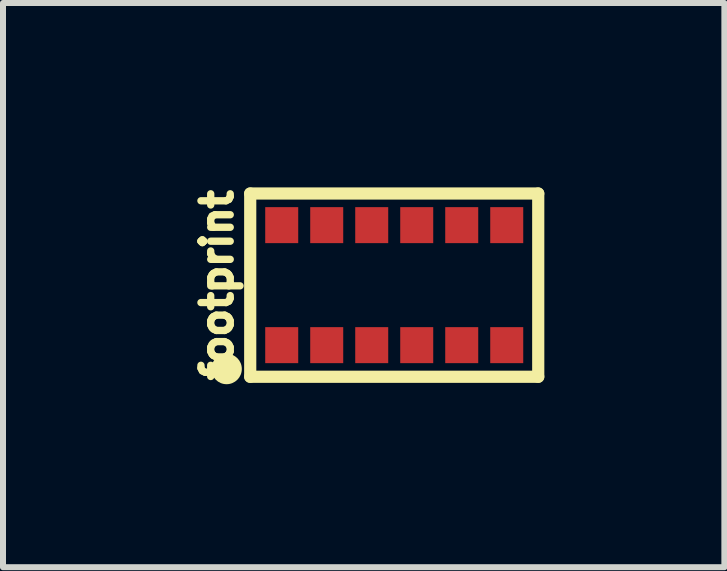
<source format=kicad_pcb>
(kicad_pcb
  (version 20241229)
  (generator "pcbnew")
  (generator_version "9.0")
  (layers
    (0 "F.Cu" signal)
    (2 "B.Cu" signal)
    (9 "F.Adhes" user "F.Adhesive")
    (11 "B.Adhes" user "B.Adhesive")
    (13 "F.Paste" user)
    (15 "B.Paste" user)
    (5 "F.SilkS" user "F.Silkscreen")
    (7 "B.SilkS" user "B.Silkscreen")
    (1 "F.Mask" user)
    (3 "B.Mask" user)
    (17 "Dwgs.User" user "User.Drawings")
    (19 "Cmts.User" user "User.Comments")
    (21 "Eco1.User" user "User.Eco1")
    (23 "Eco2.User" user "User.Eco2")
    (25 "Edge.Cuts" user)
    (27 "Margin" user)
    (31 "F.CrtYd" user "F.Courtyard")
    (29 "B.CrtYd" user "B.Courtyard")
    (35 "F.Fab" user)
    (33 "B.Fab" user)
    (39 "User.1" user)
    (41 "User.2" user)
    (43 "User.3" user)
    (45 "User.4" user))
  (footprint "footprint"
    (layer "F.Cu")
    (at 3.52 1.702)
    (property "Reference" "footprint" (at -2.667 0 90) (layer "F.SilkS") (effects (font (size 0.488 0.488) (thickness 0.122)) (justify bottom)))
    (fp_line (start -2.4 -1.527) (end 2.4 -1.527) (stroke (width 0.203) (type solid)) (layer "F.SilkS"))
    (fp_line (start -2.4 1.527) (end -2.4 -1.527) (stroke (width 0.203) (type solid)) (layer "F.SilkS"))
    (fp_line (start 2.4 -1.527) (end 2.4 1.527) (stroke (width 0.203) (type solid)) (layer "F.SilkS"))
    (fp_line (start 2.4 1.527) (end -2.4 1.527) (stroke (width 0.203) (type solid)) (layer "F.SilkS"))
    (fp_circle (center -2.794 1.397) (end -2.667 1.397) (stroke (width 0.254) (type solid)) (fill yes) (layer "F.SilkS"))
    (fp_poly (pts (xy -1.767 -1.162) (xy -1.688 -1.083) (xy -1.659 -0.975) (xy -1.688 -0.867) (xy -1.767 -0.788) (xy -1.875 -0.759) (xy -1.983 -0.788) (xy -2.062 -0.867) (xy -2.091 -0.975) (xy -2.062 -1.083) (xy -1.983 -1.162) (xy -1.875 -1.191)) (stroke (width 0) (type solid)) (fill yes) (layer "F.Paste"))
    (fp_poly (pts (xy -1.767 0.788) (xy -1.688 0.867) (xy -1.659 0.975) (xy -1.688 1.083) (xy -1.767 1.162) (xy -1.875 1.191) (xy -1.983 1.162) (xy -2.062 1.083) (xy -2.091 0.975) (xy -2.062 0.867) (xy -1.983 0.788) (xy -1.875 0.759)) (stroke (width 0) (type solid)) (fill yes) (layer "F.Paste"))
    (fp_poly (pts (xy -1.017 -1.162) (xy -0.938 -1.083) (xy -0.909 -0.975) (xy -0.938 -0.867) (xy -1.017 -0.788) (xy -1.125 -0.759) (xy -1.233 -0.788) (xy -1.312 -0.867) (xy -1.341 -0.975) (xy -1.312 -1.083) (xy -1.233 -1.162) (xy -1.125 -1.191)) (stroke (width 0) (type solid)) (fill yes) (layer "F.Paste"))
    (fp_poly (pts (xy -1.017 0.788) (xy -0.938 0.867) (xy -0.909 0.975) (xy -0.938 1.083) (xy -1.017 1.162) (xy -1.125 1.191) (xy -1.233 1.162) (xy -1.312 1.083) (xy -1.341 0.975) (xy -1.312 0.867) (xy -1.233 0.788) (xy -1.125 0.759)) (stroke (width 0) (type solid)) (fill yes) (layer "F.Paste"))
    (fp_poly (pts (xy -0.267 -1.162) (xy -0.188 -1.083) (xy -0.159 -0.975) (xy -0.188 -0.867) (xy -0.267 -0.788) (xy -0.375 -0.759) (xy -0.483 -0.788) (xy -0.562 -0.867) (xy -0.591 -0.975) (xy -0.562 -1.083) (xy -0.483 -1.162) (xy -0.375 -1.191)) (stroke (width 0) (type solid)) (fill yes) (layer "F.Paste"))
    (fp_poly (pts (xy -0.267 0.788) (xy -0.188 0.867) (xy -0.159 0.975) (xy -0.188 1.083) (xy -0.267 1.162) (xy -0.375 1.191) (xy -0.483 1.162) (xy -0.562 1.083) (xy -0.591 0.975) (xy -0.562 0.867) (xy -0.483 0.788) (xy -0.375 0.759)) (stroke (width 0) (type solid)) (fill yes) (layer "F.Paste"))
    (fp_poly (pts (xy 0.483 -1.162) (xy 0.562 -1.083) (xy 0.591 -0.975) (xy 0.562 -0.867) (xy 0.483 -0.788) (xy 0.375 -0.759) (xy 0.267 -0.788) (xy 0.188 -0.867) (xy 0.159 -0.975) (xy 0.188 -1.083) (xy 0.267 -1.162) (xy 0.375 -1.191)) (stroke (width 0) (type solid)) (fill yes) (layer "F.Paste"))
    (fp_poly (pts (xy 0.483 0.788) (xy 0.562 0.867) (xy 0.591 0.975) (xy 0.562 1.083) (xy 0.483 1.162) (xy 0.375 1.191) (xy 0.267 1.162) (xy 0.188 1.083) (xy 0.159 0.975) (xy 0.188 0.867) (xy 0.267 0.788) (xy 0.375 0.759)) (stroke (width 0) (type solid)) (fill yes) (layer "F.Paste"))
    (fp_poly (pts (xy 1.233 -1.162) (xy 1.312 -1.083) (xy 1.341 -0.975) (xy 1.312 -0.867) (xy 1.233 -0.788) (xy 1.125 -0.759) (xy 1.017 -0.788) (xy 0.938 -0.867) (xy 0.909 -0.975) (xy 0.938 -1.083) (xy 1.017 -1.162) (xy 1.125 -1.191)) (stroke (width 0) (type solid)) (fill yes) (layer "F.Paste"))
    (fp_poly (pts (xy 1.233 0.788) (xy 1.312 0.867) (xy 1.341 0.975) (xy 1.312 1.083) (xy 1.233 1.162) (xy 1.125 1.191) (xy 1.017 1.162) (xy 0.938 1.083) (xy 0.909 0.975) (xy 0.938 0.867) (xy 1.017 0.788) (xy 1.125 0.759)) (stroke (width 0) (type solid)) (fill yes) (layer "F.Paste"))
    (fp_poly (pts (xy 1.983 -1.162) (xy 2.062 -1.083) (xy 2.091 -0.975) (xy 2.062 -0.867) (xy 1.983 -0.788) (xy 1.875 -0.759) (xy 1.767 -0.788) (xy 1.688 -0.867) (xy 1.659 -0.975) (xy 1.688 -1.083) (xy 1.767 -1.162) (xy 1.875 -1.191)) (stroke (width 0) (type solid)) (fill yes) (layer "F.Paste"))
    (fp_poly (pts (xy 1.983 0.788) (xy 2.062 0.867) (xy 2.091 0.975) (xy 2.062 1.083) (xy 1.983 1.162) (xy 1.875 1.191) (xy 1.767 1.162) (xy 1.688 1.083) (xy 1.659 0.975) (xy 1.688 0.867) (xy 1.767 0.788) (xy 1.875 0.759)) (stroke (width 0) (type solid)) (fill yes) (layer "F.Paste"))
    (pad "1" smd rect (at -1.875 1) (size 0.55 0.6) (layers "F.Cu" "F.Mask"))
    (pad "2" smd rect (at -1.125 1) (size 0.55 0.6) (layers "F.Cu" "F.Mask"))
    (pad "3" smd rect (at -0.375 1) (size 0.55 0.6) (layers "F.Cu" "F.Mask"))
    (pad "4" smd rect (at 0.375 1) (size 0.55 0.6) (layers "F.Cu" "F.Mask"))
    (pad "5" smd rect (at 1.125 1) (size 0.55 0.6) (layers "F.Cu" "F.Mask"))
    (pad "6" smd rect (at 1.875 1) (size 0.55 0.6) (layers "F.Cu" "F.Mask"))
    (pad "7" smd rect (at 1.875 -1) (size 0.55 0.6) (layers "F.Cu" "F.Mask"))
    (pad "8" smd rect (at 1.125 -1) (size 0.55 0.6) (layers "F.Cu" "F.Mask"))
    (pad "9" smd rect (at 0.375 -1) (size 0.55 0.6) (layers "F.Cu" "F.Mask"))
    (pad "10" smd rect (at -0.375 -1) (size 0.55 0.6) (layers "F.Cu" "F.Mask"))
    (pad "11" smd rect (at -1.125 -1) (size 0.55 0.6) (layers "F.Cu" "F.Mask"))
    (pad "12" smd rect (at -1.875 -1) (size 0.55 0.6) (layers "F.Cu" "F.Mask")))
  (gr_rect
    (start -3 -3)
    (end 9.022 6.403)
    (stroke (width 0.1) (type default))
    (fill no)
    (layer "Edge.Cuts")))
</source>
